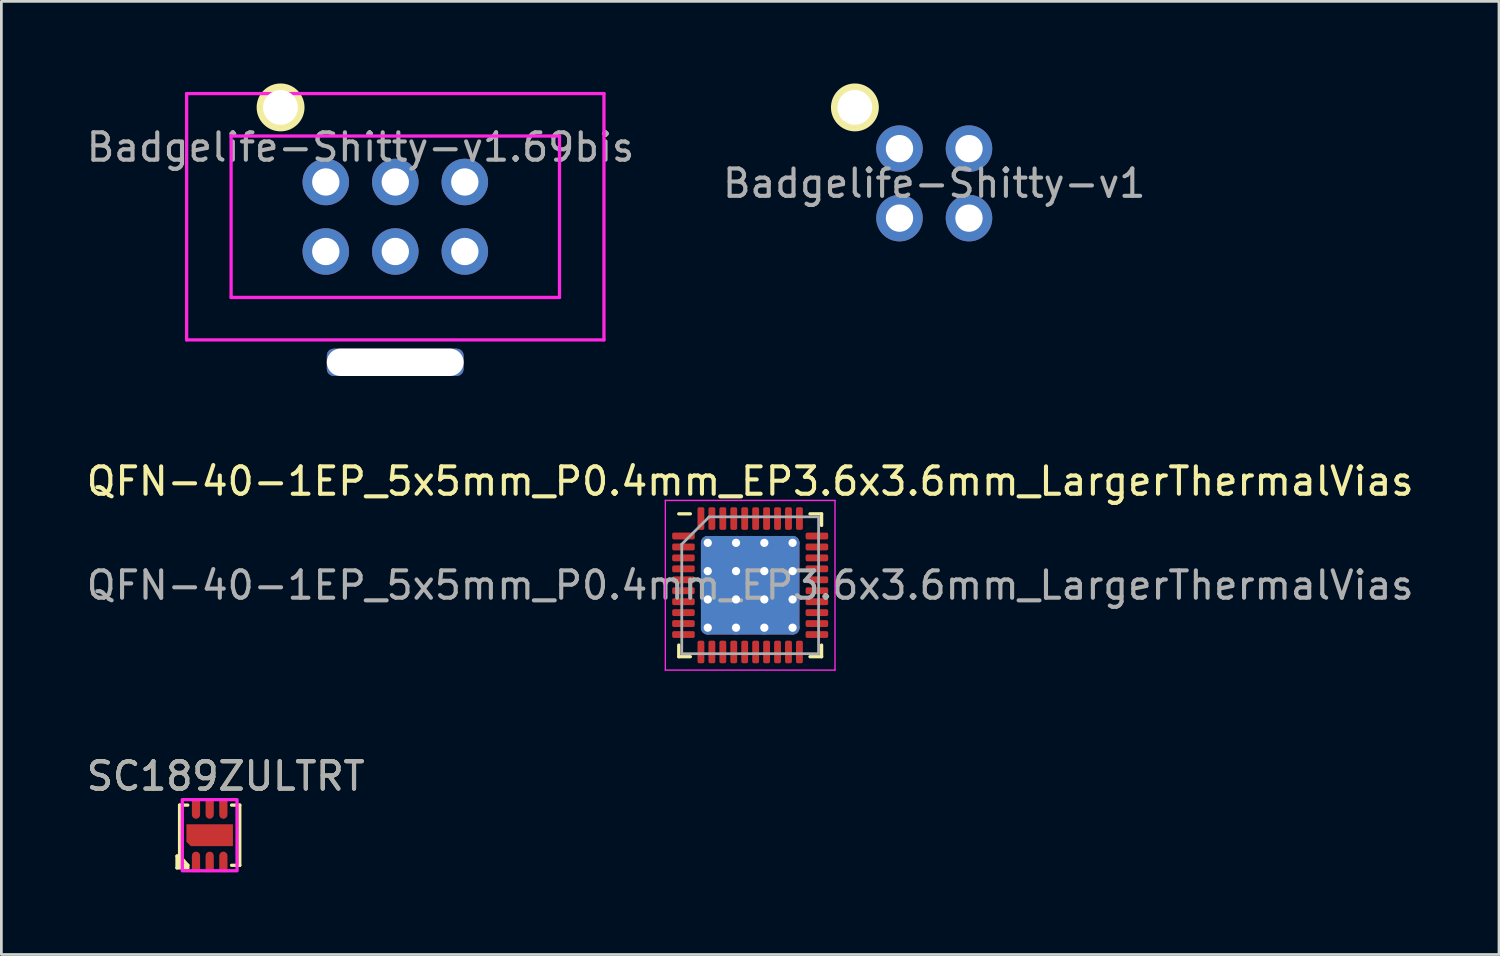
<source format=kicad_pcb>
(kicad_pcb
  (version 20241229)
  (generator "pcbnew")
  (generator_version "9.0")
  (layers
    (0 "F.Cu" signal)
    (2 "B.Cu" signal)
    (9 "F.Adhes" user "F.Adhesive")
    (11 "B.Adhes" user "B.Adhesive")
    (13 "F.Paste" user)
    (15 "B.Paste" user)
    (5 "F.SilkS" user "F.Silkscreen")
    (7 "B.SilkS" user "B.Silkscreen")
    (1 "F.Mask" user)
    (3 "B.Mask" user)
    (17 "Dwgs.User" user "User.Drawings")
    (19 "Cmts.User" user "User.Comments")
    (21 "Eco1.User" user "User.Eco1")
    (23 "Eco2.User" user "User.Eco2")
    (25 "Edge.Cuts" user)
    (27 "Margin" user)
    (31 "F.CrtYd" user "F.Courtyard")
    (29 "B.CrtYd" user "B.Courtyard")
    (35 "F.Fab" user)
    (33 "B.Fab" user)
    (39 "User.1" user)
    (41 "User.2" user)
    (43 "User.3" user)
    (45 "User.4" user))
  (footprint "QFN-40-1EP_5x5mm_P0.4mm_EP3.6x3.6mm_LargerThermalVias"
    (layer "F.Cu")
    (at 24.363 18.337)
    (property "Reference" "QFN-40-1EP_5x5mm_P0.4mm_EP3.6x3.6mm_LargerThermalVias" (at 0 -3.8 0) (layer "F.SilkS") (effects (font (size 1 1) (thickness 0.15))))
    (attr smd)
    (fp_line (start -2.61 2.61) (end -2.61 2.185) (stroke (width 0.12) (type solid)) (layer "F.SilkS"))
    (fp_line (start -2.185 -2.61) (end -2.61 -2.61) (stroke (width 0.12) (type solid)) (layer "F.SilkS"))
    (fp_line (start -2.185 2.61) (end -2.61 2.61) (stroke (width 0.12) (type solid)) (layer "F.SilkS"))
    (fp_line (start 2.185 -2.61) (end 2.61 -2.61) (stroke (width 0.12) (type solid)) (layer "F.SilkS"))
    (fp_line (start 2.185 2.61) (end 2.61 2.61) (stroke (width 0.12) (type solid)) (layer "F.SilkS"))
    (fp_line (start 2.61 -2.61) (end 2.61 -2.185) (stroke (width 0.12) (type solid)) (layer "F.SilkS"))
    (fp_line (start 2.61 2.61) (end 2.61 2.185) (stroke (width 0.12) (type solid)) (layer "F.SilkS"))
    (fp_line (start -3.1 -3.1) (end -3.1 3.1) (stroke (width 0.05) (type solid)) (layer "F.CrtYd"))
    (fp_line (start -3.1 3.1) (end 3.1 3.1) (stroke (width 0.05) (type solid)) (layer "F.CrtYd"))
    (fp_line (start 3.1 -3.1) (end -3.1 -3.1) (stroke (width 0.05) (type solid)) (layer "F.CrtYd"))
    (fp_line (start 3.1 3.1) (end 3.1 -3.1) (stroke (width 0.05) (type solid)) (layer "F.CrtYd"))
    (fp_line (start -2.5 -1.5) (end -1.5 -2.5) (stroke (width 0.1) (type solid)) (layer "F.Fab"))
    (fp_line (start -2.5 2.5) (end -2.5 -1.5) (stroke (width 0.1) (type solid)) (layer "F.Fab"))
    (fp_line (start -1.5 -2.5) (end 2.5 -2.5) (stroke (width 0.1) (type solid)) (layer "F.Fab"))
    (fp_line (start 2.5 -2.5) (end 2.5 2.5) (stroke (width 0.1) (type solid)) (layer "F.Fab"))
    (fp_line (start 2.5 2.5) (end -2.5 2.5) (stroke (width 0.1) (type solid)) (layer "F.Fab"))
    (fp_text user "${REFERENCE}" (at 0 0 0) (layer "F.Fab") (effects (font (size 1 1) (thickness 0.15))))
    (pad "" smd custom (at -1.033 -1.033) (size 0.803 0.803) (layers "F.Paste") (options (anchor circle)) (primitives (gr_poly (pts (xy -0.338 -0.233) (xy -0.233 -0.338) (xy 0.233 -0.338) (xy 0.338 -0.233) (xy 0.338 0.233) (xy 0.233 0.338) (xy -0.233 0.338) (xy -0.338 0.233)) (width 0.253) (fill yes))))
    (pad "" smd custom (at -1.033 0) (size 0.803 0.803) (layers "F.Paste") (options (anchor circle)) (primitives (gr_poly (pts (xy -0.338 -0.233) (xy -0.233 -0.338) (xy 0.233 -0.338) (xy 0.338 -0.233) (xy 0.338 0.233) (xy 0.233 0.338) (xy -0.233 0.338) (xy -0.338 0.233)) (width 0.253) (fill yes))))
    (pad "" smd custom (at -1.033 1.033) (size 0.803 0.803) (layers "F.Paste") (options (anchor circle)) (primitives (gr_poly (pts (xy -0.338 -0.233) (xy -0.233 -0.338) (xy 0.233 -0.338) (xy 0.338 -0.233) (xy 0.338 0.233) (xy 0.233 0.338) (xy -0.233 0.338) (xy -0.338 0.233)) (width 0.253) (fill yes))))
    (pad "" smd custom (at 0 -1.033) (size 0.803 0.803) (layers "F.Paste") (options (anchor circle)) (primitives (gr_poly (pts (xy -0.338 -0.233) (xy -0.233 -0.338) (xy 0.233 -0.338) (xy 0.338 -0.233) (xy 0.338 0.233) (xy 0.233 0.338) (xy -0.233 0.338) (xy -0.338 0.233)) (width 0.253) (fill yes))))
    (pad "" smd custom (at 0 0) (size 0.803 0.803) (layers "F.Paste") (options (anchor circle)) (primitives (gr_poly (pts (xy -0.338 -0.233) (xy -0.233 -0.338) (xy 0.233 -0.338) (xy 0.338 -0.233) (xy 0.338 0.233) (xy 0.233 0.338) (xy -0.233 0.338) (xy -0.338 0.233)) (width 0.253) (fill yes))))
    (pad "" smd custom (at 0 1.033) (size 0.803 0.803) (layers "F.Paste") (options (anchor circle)) (primitives (gr_poly (pts (xy -0.338 -0.233) (xy -0.233 -0.338) (xy 0.233 -0.338) (xy 0.338 -0.233) (xy 0.338 0.233) (xy 0.233 0.338) (xy -0.233 0.338) (xy -0.338 0.233)) (width 0.253) (fill yes))))
    (pad "" smd custom (at 1.033 -1.033) (size 0.803 0.803) (layers "F.Paste") (options (anchor circle)) (primitives (gr_poly (pts (xy -0.338 -0.233) (xy -0.233 -0.338) (xy 0.233 -0.338) (xy 0.338 -0.233) (xy 0.338 0.233) (xy 0.233 0.338) (xy -0.233 0.338) (xy -0.338 0.233)) (width 0.253) (fill yes))))
    (pad "" smd custom (at 1.033 0) (size 0.803 0.803) (layers "F.Paste") (options (anchor circle)) (primitives (gr_poly (pts (xy -0.338 -0.233) (xy -0.233 -0.338) (xy 0.233 -0.338) (xy 0.338 -0.233) (xy 0.338 0.233) (xy 0.233 0.338) (xy -0.233 0.338) (xy -0.338 0.233)) (width 0.253) (fill yes))))
    (pad "" smd custom (at 1.033 1.033) (size 0.803 0.803) (layers "F.Paste") (options (anchor circle)) (primitives (gr_poly (pts (xy -0.338 -0.233) (xy -0.233 -0.338) (xy 0.233 -0.338) (xy 0.338 -0.233) (xy 0.338 0.233) (xy 0.233 0.338) (xy -0.233 0.338) (xy -0.338 0.233)) (width 0.253) (fill yes))))
    (pad "1" smd roundrect (at -2.438 -1.8) (size 0.825 0.25) (layers "F.Cu" "F.Mask" "F.Paste") (roundrect_rratio 0.25))
    (pad "2" smd roundrect (at -2.438 -1.4) (size 0.825 0.25) (layers "F.Cu" "F.Mask" "F.Paste") (roundrect_rratio 0.25))
    (pad "3" smd roundrect (at -2.438 -1) (size 0.825 0.25) (layers "F.Cu" "F.Mask" "F.Paste") (roundrect_rratio 0.25))
    (pad "4" smd roundrect (at -2.438 -0.6) (size 0.825 0.25) (layers "F.Cu" "F.Mask" "F.Paste") (roundrect_rratio 0.25))
    (pad "5" smd roundrect (at -2.438 -0.2) (size 0.825 0.25) (layers "F.Cu" "F.Mask" "F.Paste") (roundrect_rratio 0.25))
    (pad "6" smd roundrect (at -2.438 0.2) (size 0.825 0.25) (layers "F.Cu" "F.Mask" "F.Paste") (roundrect_rratio 0.25))
    (pad "7" smd roundrect (at -2.438 0.6) (size 0.825 0.25) (layers "F.Cu" "F.Mask" "F.Paste") (roundrect_rratio 0.25))
    (pad "8" smd roundrect (at -2.438 1) (size 0.825 0.25) (layers "F.Cu" "F.Mask" "F.Paste") (roundrect_rratio 0.25))
    (pad "9" smd roundrect (at -2.438 1.4) (size 0.825 0.25) (layers "F.Cu" "F.Mask" "F.Paste") (roundrect_rratio 0.25))
    (pad "10" smd roundrect (at -2.438 1.8) (size 0.825 0.25) (layers "F.Cu" "F.Mask" "F.Paste") (roundrect_rratio 0.25))
    (pad "11" smd roundrect (at -1.8 2.438) (size 0.25 0.825) (layers "F.Cu" "F.Mask" "F.Paste") (roundrect_rratio 0.25))
    (pad "12" smd roundrect (at -1.4 2.438) (size 0.25 0.825) (layers "F.Cu" "F.Mask" "F.Paste") (roundrect_rratio 0.25))
    (pad "13" smd roundrect (at -1 2.438) (size 0.25 0.825) (layers "F.Cu" "F.Mask" "F.Paste") (roundrect_rratio 0.25))
    (pad "14" smd roundrect (at -0.6 2.438) (size 0.25 0.825) (layers "F.Cu" "F.Mask" "F.Paste") (roundrect_rratio 0.25))
    (pad "15" smd roundrect (at -0.2 2.438) (size 0.25 0.825) (layers "F.Cu" "F.Mask" "F.Paste") (roundrect_rratio 0.25))
    (pad "16" smd roundrect (at 0.2 2.438) (size 0.25 0.825) (layers "F.Cu" "F.Mask" "F.Paste") (roundrect_rratio 0.25))
    (pad "17" smd roundrect (at 0.6 2.438) (size 0.25 0.825) (layers "F.Cu" "F.Mask" "F.Paste") (roundrect_rratio 0.25))
    (pad "18" smd roundrect (at 1 2.438) (size 0.25 0.825) (layers "F.Cu" "F.Mask" "F.Paste") (roundrect_rratio 0.25))
    (pad "19" smd roundrect (at 1.4 2.438) (size 0.25 0.825) (layers "F.Cu" "F.Mask" "F.Paste") (roundrect_rratio 0.25))
    (pad "20" smd roundrect (at 1.8 2.438) (size 0.25 0.825) (layers "F.Cu" "F.Mask" "F.Paste") (roundrect_rratio 0.25))
    (pad "21" smd roundrect (at 2.438 1.8) (size 0.825 0.25) (layers "F.Cu" "F.Mask" "F.Paste") (roundrect_rratio 0.25))
    (pad "22" smd roundrect (at 2.438 1.4) (size 0.825 0.25) (layers "F.Cu" "F.Mask" "F.Paste") (roundrect_rratio 0.25))
    (pad "23" smd roundrect (at 2.438 1) (size 0.825 0.25) (layers "F.Cu" "F.Mask" "F.Paste") (roundrect_rratio 0.25))
    (pad "24" smd roundrect (at 2.438 0.6) (size 0.825 0.25) (layers "F.Cu" "F.Mask" "F.Paste") (roundrect_rratio 0.25))
    (pad "25" smd roundrect (at 2.438 0.2) (size 0.825 0.25) (layers "F.Cu" "F.Mask" "F.Paste") (roundrect_rratio 0.25))
    (pad "26" smd roundrect (at 2.438 -0.2) (size 0.825 0.25) (layers "F.Cu" "F.Mask" "F.Paste") (roundrect_rratio 0.25))
    (pad "27" smd roundrect (at 2.438 -0.6) (size 0.825 0.25) (layers "F.Cu" "F.Mask" "F.Paste") (roundrect_rratio 0.25))
    (pad "28" smd roundrect (at 2.438 -1) (size 0.825 0.25) (layers "F.Cu" "F.Mask" "F.Paste") (roundrect_rratio 0.25))
    (pad "29" smd roundrect (at 2.438 -1.4) (size 0.825 0.25) (layers "F.Cu" "F.Mask" "F.Paste") (roundrect_rratio 0.25))
    (pad "30" smd roundrect (at 2.438 -1.8) (size 0.825 0.25) (layers "F.Cu" "F.Mask" "F.Paste") (roundrect_rratio 0.25))
    (pad "31" smd roundrect (at 1.8 -2.438) (size 0.25 0.825) (layers "F.Cu" "F.Mask" "F.Paste") (roundrect_rratio 0.25))
    (pad "32" smd roundrect (at 1.4 -2.438) (size 0.25 0.825) (layers "F.Cu" "F.Mask" "F.Paste") (roundrect_rratio 0.25))
    (pad "33" smd roundrect (at 1 -2.438) (size 0.25 0.825) (layers "F.Cu" "F.Mask" "F.Paste") (roundrect_rratio 0.25))
    (pad "34" smd roundrect (at 0.6 -2.438) (size 0.25 0.825) (layers "F.Cu" "F.Mask" "F.Paste") (roundrect_rratio 0.25))
    (pad "35" smd roundrect (at 0.2 -2.438) (size 0.25 0.825) (layers "F.Cu" "F.Mask" "F.Paste") (roundrect_rratio 0.25))
    (pad "36" smd roundrect (at -0.2 -2.438) (size 0.25 0.825) (layers "F.Cu" "F.Mask" "F.Paste") (roundrect_rratio 0.25))
    (pad "37" smd roundrect (at -0.6 -2.438) (size 0.25 0.825) (layers "F.Cu" "F.Mask" "F.Paste") (roundrect_rratio 0.25))
    (pad "38" smd roundrect (at -1 -2.438) (size 0.25 0.825) (layers "F.Cu" "F.Mask" "F.Paste") (roundrect_rratio 0.25))
    (pad "39" smd roundrect (at -1.4 -2.438) (size 0.25 0.825) (layers "F.Cu" "F.Mask" "F.Paste") (roundrect_rratio 0.25))
    (pad "40" smd roundrect (at -1.8 -2.438) (size 0.25 0.825) (layers "F.Cu" "F.Mask" "F.Paste") (roundrect_rratio 0.25))
    (pad "41" thru_hole circle (at -1.55 -1.55) (size 0.5 0.5) (drill 0.3) (layers "*.Cu"))
    (pad "41" thru_hole circle (at -1.55 -0.517) (size 0.5 0.5) (drill 0.3) (layers "*.Cu"))
    (pad "41" thru_hole circle (at -1.55 0.517) (size 0.5 0.5) (drill 0.3) (layers "*.Cu"))
    (pad "41" thru_hole circle (at -1.55 1.55) (size 0.5 0.5) (drill 0.3) (layers "*.Cu"))
    (pad "41" thru_hole circle (at -0.517 -1.55) (size 0.5 0.5) (drill 0.3) (layers "*.Cu"))
    (pad "41" thru_hole circle (at -0.517 -0.517) (size 0.5 0.5) (drill 0.3) (layers "*.Cu"))
    (pad "41" thru_hole circle (at -0.517 0.517) (size 0.5 0.5) (drill 0.3) (layers "*.Cu"))
    (pad "41" thru_hole circle (at -0.517 1.55) (size 0.5 0.5) (drill 0.3) (layers "*.Cu"))
    (pad "41" smd roundrect (at 0 0) (size 3.6 3.6) (layers "F.Cu" "F.Mask") (roundrect_rratio 0.069))
    (pad "41" smd roundrect (at 0 0) (size 3.6 3.6) (layers "B.Cu") (roundrect_rratio 0.069))
    (pad "41" thru_hole circle (at 0.517 -1.55) (size 0.5 0.5) (drill 0.3) (layers "*.Cu"))
    (pad "41" thru_hole circle (at 0.517 -0.517) (size 0.5 0.5) (drill 0.3) (layers "*.Cu"))
    (pad "41" thru_hole circle (at 0.517 0.517) (size 0.5 0.5) (drill 0.3) (layers "*.Cu"))
    (pad "41" thru_hole circle (at 0.517 1.55) (size 0.5 0.5) (drill 0.3) (layers "*.Cu"))
    (pad "41" thru_hole circle (at 1.55 -1.55) (size 0.5 0.5) (drill 0.3) (layers "*.Cu"))
    (pad "41" thru_hole circle (at 1.55 -0.517) (size 0.5 0.5) (drill 0.3) (layers "*.Cu"))
    (pad "41" thru_hole circle (at 1.55 0.517) (size 0.5 0.5) (drill 0.3) (layers "*.Cu"))
    (pad "41" thru_hole circle (at 1.55 1.55) (size 0.5 0.5) (drill 0.3) (layers "*.Cu")))
  (footprint "Badgelife-Shitty-v1"
    (layer "F.Cu")
    (at 31.089 3.651)
    (property "Reference" "Badgelife-Shitty-v1" (at 0 0 0) (layer "F.Fab") (effects (font (size 1 1) (thickness 0.15))))
    (attr through_hole)
    (fp_circle (center -2.899 -2.776) (end -2.799 -2.776) (stroke (width 0.15) (type solid)) (fill no) (layer "F.SilkS"))
    (fp_circle (center -2.899 -2.776) (end -2.699 -2.776) (stroke (width 0.15) (type solid)) (fill no) (layer "F.SilkS"))
    (fp_circle (center -2.899 -2.776) (end -2.599 -2.776) (stroke (width 0.15) (type solid)) (fill no) (layer "F.SilkS"))
    (fp_circle (center -2.899 -2.776) (end -2.499 -2.876) (stroke (width 0.15) (type solid)) (fill no) (layer "F.SilkS"))
    (fp_circle (center -2.899 -2.776) (end -2.399 -2.976) (stroke (width 0.15) (type solid)) (fill no) (layer "F.SilkS"))
    (fp_circle (center -2.899 -2.776) (end -2.299 -3.076) (stroke (width 0.15) (type solid)) (fill no) (layer "F.SilkS"))
    (fp_circle (center -2.899 -2.776) (end -2.099 -2.776) (stroke (width 0.15) (type solid)) (fill no) (layer "F.SilkS"))
    (pad "" np_thru_hole circle (at -2.903 -2.776) (size 1.524 1.524) (drill 1.27) (layers "*.Cu" "*.Mask"))
    (pad "1" thru_hole oval (at -1.27 -1.27) (size 1.7 1.7) (drill 1) (layers "*.Cu" "*.Mask"))
    (pad "2" thru_hole circle (at 1.27 -1.27) (size 1.7 1.7) (drill 1) (layers "*.Cu" "*.Mask"))
    (pad "3" thru_hole oval (at -1.27 1.27) (size 1.7 1.7) (drill 1) (layers "*.Cu" "*.Mask"))
    (pad "4" thru_hole oval (at 1.27 1.27) (size 1.7 1.7) (drill 1) (layers "*.Cu" "*.Mask")))
  (footprint "SC189ZULTRT"
    (layer "F.Cu")
    (at 4.612 27.47)
    (property "Reference" "SC189ZULTRT" (at 0.584 -2.159 0) (unlocked yes) (layer "F.SilkS") (effects (font (size 1 1) (thickness 0.15))))
    (attr smd)
    (fp_line (start -1.194 0.762) (end -1.194 1.194) (stroke (width 0.12) (type solid)) (layer "F.SilkS"))
    (fp_line (start -1.194 0.762) (end -1.092 0.762) (stroke (width 0.12) (type solid)) (layer "F.SilkS"))
    (fp_line (start -1.194 1.194) (end -0.8 1.194) (stroke (width 0.12) (type solid)) (layer "F.SilkS"))
    (fp_line (start -1.1 -1.1) (end -1.1 1.1) (stroke (width 0.12) (type solid)) (layer "F.SilkS"))
    (fp_line (start -1.1 -1.1) (end -0.8 -1.1) (stroke (width 0.12) (type solid)) (layer "F.SilkS"))
    (fp_line (start -1.1 1.1) (end -0.8 1.1) (stroke (width 0.12) (type solid)) (layer "F.SilkS"))
    (fp_line (start -0.8 1.1) (end -1.092 0.762) (stroke (width 0.12) (type solid)) (layer "F.SilkS"))
    (fp_line (start -0.8 1.194) (end -0.8 1.1) (stroke (width 0.12) (type solid)) (layer "F.SilkS"))
    (fp_line (start 0.8 -1.1) (end 1.1 -1.1) (stroke (width 0.12) (type solid)) (layer "F.SilkS"))
    (fp_line (start 1.1 -1.1) (end 1.1 1.1) (stroke (width 0.12) (type solid)) (layer "F.SilkS"))
    (fp_line (start 1.1 1.1) (end 0.8 1.1) (stroke (width 0.12) (type solid)) (layer "F.SilkS"))
    (fp_rect (start -1 -1.3) (end 1 1.3) (stroke (width 0.12) (type solid)) (fill no) (layer "F.CrtYd"))
    (fp_text user "${REFERENCE}" (at 0.584 -2.159 0) (unlocked yes) (layer "F.Fab") (effects (font (size 1 1) (thickness 0.15))))
    (pad "1" smd roundrect (at -0.5 0.975 180) (size 0.3 0.75) (layers "F.Cu" "F.Mask" "F.Paste") (roundrect_rratio 0.5) (chamfer_ratio 0) (chamfer top_left top_right))
    (pad "2" smd roundrect (at 0 0.975 180) (size 0.3 0.75) (layers "F.Cu" "F.Mask" "F.Paste") (roundrect_rratio 0.5) (chamfer_ratio 0) (chamfer top_left top_right))
    (pad "3" smd roundrect (at 0.5 0.975 180) (size 0.3 0.75) (layers "F.Cu" "F.Mask" "F.Paste") (roundrect_rratio 0.5) (chamfer_ratio 0) (chamfer top_left top_right))
    (pad "4" smd roundrect (at 0.5 -0.975) (size 0.3 0.75) (layers "F.Cu" "F.Mask" "F.Paste") (roundrect_rratio 0.5) (chamfer_ratio 0) (chamfer top_left top_right))
    (pad "5" smd roundrect (at 0 -0.975) (size 0.3 0.75) (layers "F.Cu" "F.Mask" "F.Paste") (roundrect_rratio 0.5) (chamfer_ratio 0) (chamfer top_left top_right))
    (pad "6" smd roundrect (at -0.5 -0.975) (size 0.3 0.75) (layers "F.Cu" "F.Mask" "F.Paste") (roundrect_rratio 0.5) (chamfer_ratio 0) (chamfer top_left top_right))
    (pad "EP" smd roundrect (at 0 0) (size 1.7 0.8) (layers "F.Cu" "F.Mask" "F.Paste") (roundrect_rratio 0) (chamfer_ratio 0.2) (chamfer bottom_left)))
  (footprint "Badgelife-Shitty-v1.69bis"
    (layer "F.Cu")
    (at 11.395 4.87)
    (property "Reference" "Badgelife-Shitty-v1.69bis" (at -1.27 -2.54 0) (layer "F.Fab") (effects (font (size 1 1) (thickness 0.15))))
    (attr through_hole)
    (fp_circle (center -4.192 -3.995) (end -4.092 -3.995) (stroke (width 0.15) (type solid)) (fill no) (layer "F.SilkS"))
    (fp_circle (center -4.192 -3.995) (end -3.992 -3.995) (stroke (width 0.15) (type solid)) (fill no) (layer "F.SilkS"))
    (fp_circle (center -4.192 -3.995) (end -3.892 -3.995) (stroke (width 0.15) (type solid)) (fill no) (layer "F.SilkS"))
    (fp_circle (center -4.192 -3.995) (end -3.792 -4.095) (stroke (width 0.15) (type solid)) (fill no) (layer "F.SilkS"))
    (fp_circle (center -4.192 -3.995) (end -3.692 -4.195) (stroke (width 0.15) (type solid)) (fill no) (layer "F.SilkS"))
    (fp_circle (center -4.192 -3.995) (end -3.592 -4.295) (stroke (width 0.15) (type solid)) (fill no) (layer "F.SilkS"))
    (fp_circle (center -4.192 -3.995) (end -3.392 -3.995) (stroke (width 0.15) (type solid)) (fill no) (layer "F.SilkS"))
    (fp_line (start -7.625 -4.5) (end -7.625 4.5) (stroke (width 0.12) (type solid)) (layer "F.CrtYd"))
    (fp_line (start -7.625 4.5) (end 7.625 4.5) (stroke (width 0.12) (type solid)) (layer "F.CrtYd"))
    (fp_line (start -6 -2.95) (end -6 2.95) (stroke (width 0.12) (type solid)) (layer "F.CrtYd"))
    (fp_line (start -6 2.95) (end 6 2.95) (stroke (width 0.12) (type solid)) (layer "F.CrtYd"))
    (fp_line (start 6 -2.95) (end -6 -2.95) (stroke (width 0.12) (type solid)) (layer "F.CrtYd"))
    (fp_line (start 6 2.95) (end 6 -2.95) (stroke (width 0.12) (type solid)) (layer "F.CrtYd"))
    (fp_line (start 7.625 -4.5) (end -7.625 -4.5) (stroke (width 0.12) (type solid)) (layer "F.CrtYd"))
    (fp_line (start 7.625 4.5) (end 7.625 -4.5) (stroke (width 0.12) (type solid)) (layer "F.CrtYd"))
    (pad "" np_thru_hole circle (at -4.196 -3.995) (size 1.524 1.524) (drill 1.27) (layers "*.Cu" "*.Mask"))
    (pad "" np_thru_hole roundrect (at -0.003 5.319) (size 5 1) (drill oval 5 1) (layers "*.Cu" "*.Mask") (roundrect_rratio 0.25))
    (pad "1" thru_hole oval (at -2.54 -1.27) (size 1.7 1.7) (drill 1) (layers "*.Cu" "*.Mask"))
    (pad "2" thru_hole oval (at -2.54 1.27) (size 1.7 1.7) (drill 1) (layers "*.Cu" "*.Mask"))
    (pad "3" thru_hole circle (at 0 -1.27) (size 1.7 1.7) (drill 1) (layers "*.Cu" "*.Mask"))
    (pad "4" thru_hole oval (at 0 1.27) (size 1.7 1.7) (drill 1) (layers "*.Cu" "*.Mask"))
    (pad "5" thru_hole circle (at 2.54 -1.27) (size 1.7 1.7) (drill 1) (layers "*.Cu" "*.Mask"))
    (pad "6" thru_hole oval (at 2.54 1.27) (size 1.7 1.7) (drill 1) (layers "*.Cu" "*.Mask")))
  (gr_rect
    (start -3 -3)
    (end 51.726 31.83)
    (stroke (width 0.1) (type default))
    (fill no)
    (layer "Edge.Cuts")))
</source>
